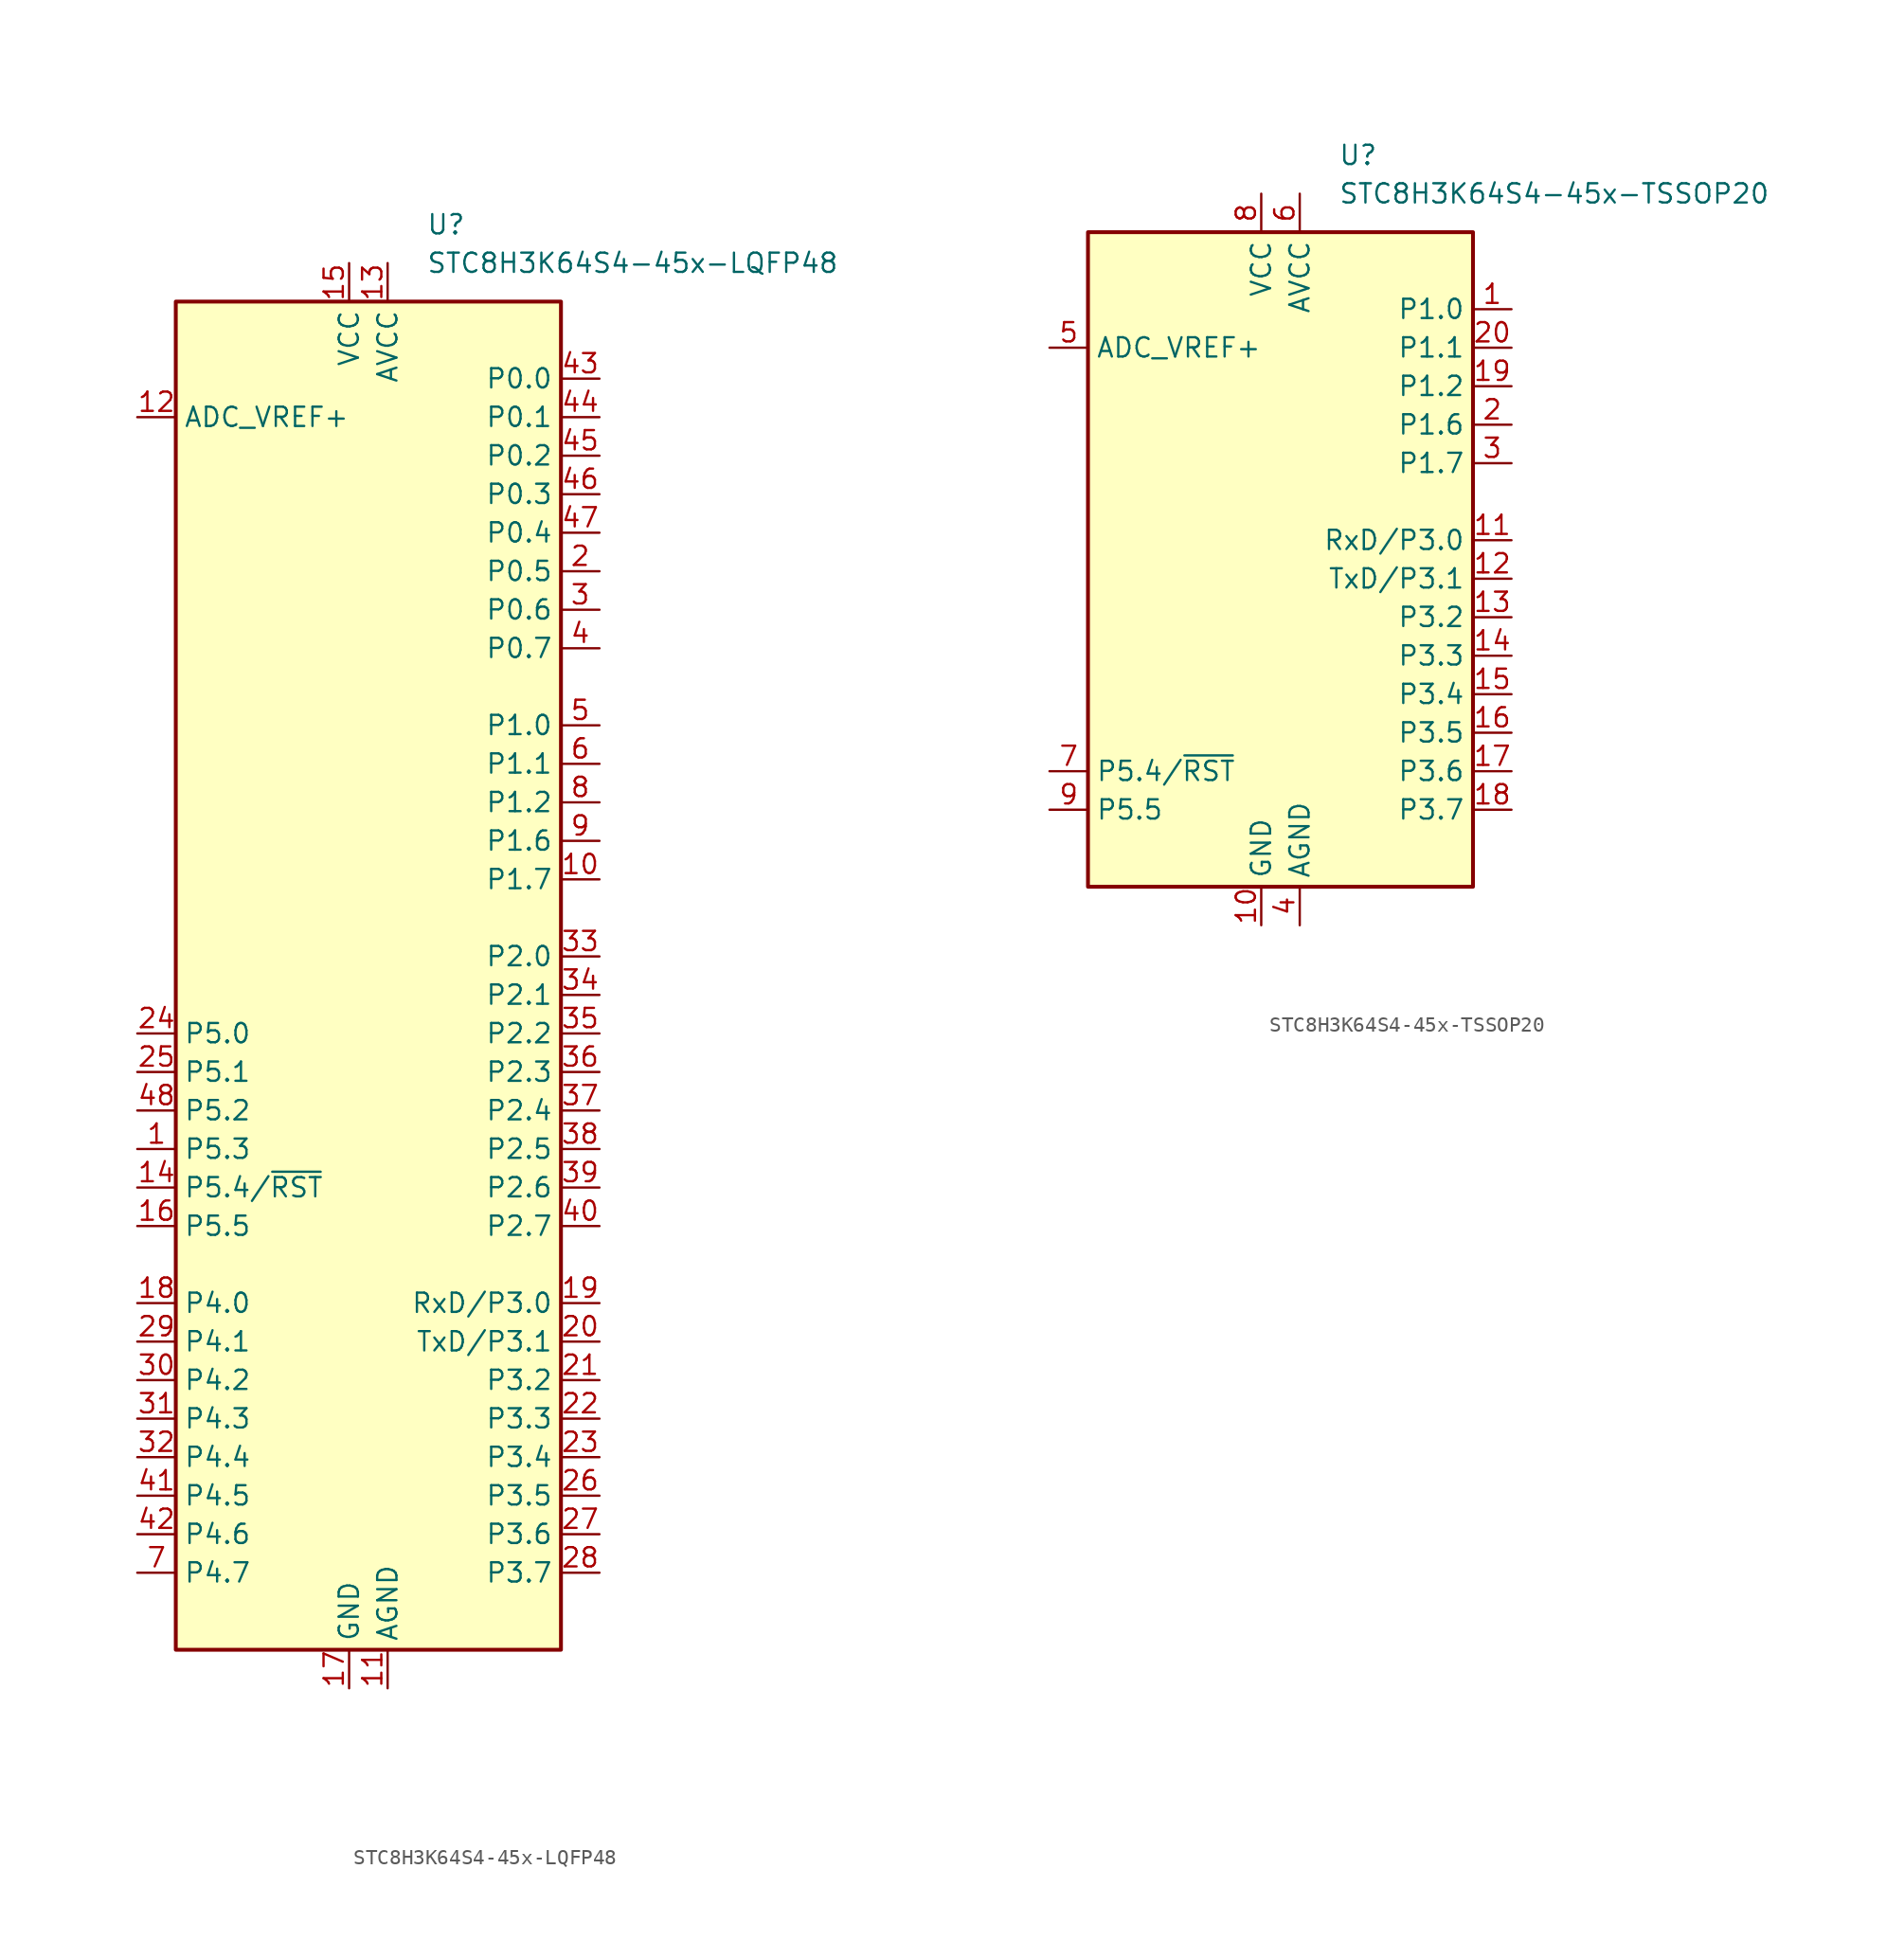
<source format=kicad_sym>
(kicad_symbol_lib
  (version 20211014)
  (generator kicad_symbol_editor)
  (symbol "STC8H3K64S4-45x-LQFP48"
    (property "Reference" "U"
      (at 3.81 49.53 0)
      (effects (font (size 1.27 1.27)) (justify left)))
    (property "Value" "STC8H3K64S4-45x-LQFP48"
      (at 3.81 46.99 0)
      (effects (font (size 1.27 1.27)) (justify left)))
    (symbol "STC8H3K64S4-45x-LQFP48_0_1"
      (rectangle (start -12.7 44.45) (end 12.7 -44.45) (stroke (width 0.254) (type default) (color 0 0 0 0)) (fill (type background))))
    (symbol "STC8H3K64S4-45x-LQFP48_1_1"
      (pin bidirectional line (at -15.24 -11.43 0) (length 2.54) (name "P5.3" (effects (font (size 1.27 1.27)))) (number "1" (effects (font (size 1.27 1.27)))))
      (pin bidirectional line (at 15.24 6.35 180) (length 2.54) (name "P1.7" (effects (font (size 1.27 1.27)))) (number "10" (effects (font (size 1.27 1.27)))))
      (pin power_in line (at 1.27 -46.99 90) (length 2.54) (name "AGND" (effects (font (size 1.27 1.27)))) (number "11" (effects (font (size 1.27 1.27)))))
      (pin power_in line (at -15.24 36.83 0) (length 2.54) (name "ADC_VREF+" (effects (font (size 1.27 1.27)))) (number "12" (effects (font (size 1.27 1.27)))))
      (pin power_in line (at 1.27 46.99 270) (length 2.54) (name "AVCC" (effects (font (size 1.27 1.27)))) (number "13" (effects (font (size 1.27 1.27)))))
      (pin bidirectional line (at -15.24 -13.97 0) (length 2.54) (name "P5.4/~{RST}" (effects (font (size 1.27 1.27)))) (number "14" (effects (font (size 1.27 1.27)))))
      (pin power_in line (at -1.27 46.99 270) (length 2.54) (name "VCC" (effects (font (size 1.27 1.27)))) (number "15" (effects (font (size 1.27 1.27)))))
      (pin bidirectional line (at -15.24 -16.51 0) (length 2.54) (name "P5.5" (effects (font (size 1.27 1.27)))) (number "16" (effects (font (size 1.27 1.27)))))
      (pin power_in line (at -1.27 -46.99 90) (length 2.54) (name "GND" (effects (font (size 1.27 1.27)))) (number "17" (effects (font (size 1.27 1.27)))))
      (pin bidirectional line (at -15.24 -21.59 0) (length 2.54) (name "P4.0" (effects (font (size 1.27 1.27)))) (number "18" (effects (font (size 1.27 1.27)))))
      (pin bidirectional line (at 15.24 -21.59 180) (length 2.54) (name "RxD/P3.0" (effects (font (size 1.27 1.27)))) (number "19" (effects (font (size 1.27 1.27)))))
      (pin bidirectional line (at 15.24 26.67 180) (length 2.54) (name "P0.5" (effects (font (size 1.27 1.27)))) (number "2" (effects (font (size 1.27 1.27)))))
      (pin bidirectional line (at 15.24 -24.13 180) (length 2.54) (name "TxD/P3.1" (effects (font (size 1.27 1.27)))) (number "20" (effects (font (size 1.27 1.27)))))
      (pin bidirectional line (at 15.24 -26.67 180) (length 2.54) (name "P3.2" (effects (font (size 1.27 1.27)))) (number "21" (effects (font (size 1.27 1.27)))))
      (pin bidirectional line (at 15.24 -29.21 180) (length 2.54) (name "P3.3" (effects (font (size 1.27 1.27)))) (number "22" (effects (font (size 1.27 1.27)))))
      (pin bidirectional line (at 15.24 -31.75 180) (length 2.54) (name "P3.4" (effects (font (size 1.27 1.27)))) (number "23" (effects (font (size 1.27 1.27)))))
      (pin bidirectional line (at -15.24 -3.81 0) (length 2.54) (name "P5.0" (effects (font (size 1.27 1.27)))) (number "24" (effects (font (size 1.27 1.27)))))
      (pin bidirectional line (at -15.24 -6.35 0) (length 2.54) (name "P5.1" (effects (font (size 1.27 1.27)))) (number "25" (effects (font (size 1.27 1.27)))))
      (pin bidirectional line (at 15.24 -34.29 180) (length 2.54) (name "P3.5" (effects (font (size 1.27 1.27)))) (number "26" (effects (font (size 1.27 1.27)))))
      (pin bidirectional line (at 15.24 -36.83 180) (length 2.54) (name "P3.6" (effects (font (size 1.27 1.27)))) (number "27" (effects (font (size 1.27 1.27)))))
      (pin bidirectional line (at 15.24 -39.37 180) (length 2.54) (name "P3.7" (effects (font (size 1.27 1.27)))) (number "28" (effects (font (size 1.27 1.27)))))
      (pin bidirectional line (at -15.24 -24.13 0) (length 2.54) (name "P4.1" (effects (font (size 1.27 1.27)))) (number "29" (effects (font (size 1.27 1.27)))))
      (pin bidirectional line (at 15.24 24.13 180) (length 2.54) (name "P0.6" (effects (font (size 1.27 1.27)))) (number "3" (effects (font (size 1.27 1.27)))))
      (pin bidirectional line (at -15.24 -26.67 0) (length 2.54) (name "P4.2" (effects (font (size 1.27 1.27)))) (number "30" (effects (font (size 1.27 1.27)))))
      (pin bidirectional line (at -15.24 -29.21 0) (length 2.54) (name "P4.3" (effects (font (size 1.27 1.27)))) (number "31" (effects (font (size 1.27 1.27)))))
      (pin bidirectional line (at -15.24 -31.75 0) (length 2.54) (name "P4.4" (effects (font (size 1.27 1.27)))) (number "32" (effects (font (size 1.27 1.27)))))
      (pin bidirectional line (at 15.24 1.27 180) (length 2.54) (name "P2.0" (effects (font (size 1.27 1.27)))) (number "33" (effects (font (size 1.27 1.27)))))
      (pin bidirectional line (at 15.24 -1.27 180) (length 2.54) (name "P2.1" (effects (font (size 1.27 1.27)))) (number "34" (effects (font (size 1.27 1.27)))))
      (pin bidirectional line (at 15.24 -3.81 180) (length 2.54) (name "P2.2" (effects (font (size 1.27 1.27)))) (number "35" (effects (font (size 1.27 1.27)))))
      (pin bidirectional line (at 15.24 -6.35 180) (length 2.54) (name "P2.3" (effects (font (size 1.27 1.27)))) (number "36" (effects (font (size 1.27 1.27)))))
      (pin bidirectional line (at 15.24 -8.89 180) (length 2.54) (name "P2.4" (effects (font (size 1.27 1.27)))) (number "37" (effects (font (size 1.27 1.27)))))
      (pin bidirectional line (at 15.24 -11.43 180) (length 2.54) (name "P2.5" (effects (font (size 1.27 1.27)))) (number "38" (effects (font (size 1.27 1.27)))))
      (pin bidirectional line (at 15.24 -13.97 180) (length 2.54) (name "P2.6" (effects (font (size 1.27 1.27)))) (number "39" (effects (font (size 1.27 1.27)))))
      (pin bidirectional line (at 15.24 21.59 180) (length 2.54) (name "P0.7" (effects (font (size 1.27 1.27)))) (number "4" (effects (font (size 1.27 1.27)))))
      (pin bidirectional line (at 15.24 -16.51 180) (length 2.54) (name "P2.7" (effects (font (size 1.27 1.27)))) (number "40" (effects (font (size 1.27 1.27)))))
      (pin bidirectional line (at -15.24 -34.29 0) (length 2.54) (name "P4.5" (effects (font (size 1.27 1.27)))) (number "41" (effects (font (size 1.27 1.27)))))
      (pin bidirectional line (at -15.24 -36.83 0) (length 2.54) (name "P4.6" (effects (font (size 1.27 1.27)))) (number "42" (effects (font (size 1.27 1.27)))))
      (pin bidirectional line (at 15.24 39.37 180) (length 2.54) (name "P0.0" (effects (font (size 1.27 1.27)))) (number "43" (effects (font (size 1.27 1.27)))))
      (pin bidirectional line (at 15.24 36.83 180) (length 2.54) (name "P0.1" (effects (font (size 1.27 1.27)))) (number "44" (effects (font (size 1.27 1.27)))))
      (pin bidirectional line (at 15.24 34.29 180) (length 2.54) (name "P0.2" (effects (font (size 1.27 1.27)))) (number "45" (effects (font (size 1.27 1.27)))))
      (pin bidirectional line (at 15.24 31.75 180) (length 2.54) (name "P0.3" (effects (font (size 1.27 1.27)))) (number "46" (effects (font (size 1.27 1.27)))))
      (pin bidirectional line (at 15.24 29.21 180) (length 2.54) (name "P0.4" (effects (font (size 1.27 1.27)))) (number "47" (effects (font (size 1.27 1.27)))))
      (pin bidirectional line (at -15.24 -8.89 0) (length 2.54) (name "P5.2" (effects (font (size 1.27 1.27)))) (number "48" (effects (font (size 1.27 1.27)))))
      (pin bidirectional line (at 15.24 16.51 180) (length 2.54) (name "P1.0" (effects (font (size 1.27 1.27)))) (number "5" (effects (font (size 1.27 1.27)))))
      (pin bidirectional line (at 15.24 13.97 180) (length 2.54) (name "P1.1" (effects (font (size 1.27 1.27)))) (number "6" (effects (font (size 1.27 1.27)))))
      (pin bidirectional line (at -15.24 -39.37 0) (length 2.54) (name "P4.7" (effects (font (size 1.27 1.27)))) (number "7" (effects (font (size 1.27 1.27)))))
      (pin bidirectional line (at 15.24 11.43 180) (length 2.54) (name "P1.2" (effects (font (size 1.27 1.27)))) (number "8" (effects (font (size 1.27 1.27)))))
      (pin bidirectional line (at 15.24 8.89 180) (length 2.54) (name "P1.6" (effects (font (size 1.27 1.27)))) (number "9" (effects (font (size 1.27 1.27)))))))
  (symbol "STC8H3K64S4-45x-TSSOP20"
    (property "Reference" "U"
      (at 3.81 33.02 0)
      (effects (font (size 1.27 1.27)) (justify left)))
    (property "Value" "STC8H3K64S4-45x-TSSOP20"
      (at 3.81 30.48 0)
      (effects (font (size 1.27 1.27)) (justify left)))
    (symbol "STC8H3K64S4-45x-TSSOP20_0_1"
      (rectangle (start -12.7 27.94) (end 12.7 -15.24) (stroke (width 0.254) (type default) (color 0 0 0 0)) (fill (type background))))
    (symbol "STC8H3K64S4-45x-TSSOP20_1_1"
      (pin bidirectional line (at 15.24 22.86 180) (length 2.54) (name "P1.0" (effects (font (size 1.27 1.27)))) (number "1" (effects (font (size 1.27 1.27)))))
      (pin power_in line (at -1.27 -17.78 90) (length 2.54) (name "GND" (effects (font (size 1.27 1.27)))) (number "10" (effects (font (size 1.27 1.27)))))
      (pin bidirectional line (at 15.24 7.62 180) (length 2.54) (name "RxD/P3.0" (effects (font (size 1.27 1.27)))) (number "11" (effects (font (size 1.27 1.27)))))
      (pin bidirectional line (at 15.24 5.08 180) (length 2.54) (name "TxD/P3.1" (effects (font (size 1.27 1.27)))) (number "12" (effects (font (size 1.27 1.27)))))
      (pin bidirectional line (at 15.24 2.54 180) (length 2.54) (name "P3.2" (effects (font (size 1.27 1.27)))) (number "13" (effects (font (size 1.27 1.27)))))
      (pin bidirectional line (at 15.24 0 180) (length 2.54) (name "P3.3" (effects (font (size 1.27 1.27)))) (number "14" (effects (font (size 1.27 1.27)))))
      (pin bidirectional line (at 15.24 -2.54 180) (length 2.54) (name "P3.4" (effects (font (size 1.27 1.27)))) (number "15" (effects (font (size 1.27 1.27)))))
      (pin bidirectional line (at 15.24 -5.08 180) (length 2.54) (name "P3.5" (effects (font (size 1.27 1.27)))) (number "16" (effects (font (size 1.27 1.27)))))
      (pin bidirectional line (at 15.24 -7.62 180) (length 2.54) (name "P3.6" (effects (font (size 1.27 1.27)))) (number "17" (effects (font (size 1.27 1.27)))))
      (pin bidirectional line (at 15.24 -10.16 180) (length 2.54) (name "P3.7" (effects (font (size 1.27 1.27)))) (number "18" (effects (font (size 1.27 1.27)))))
      (pin bidirectional line (at 15.24 17.78 180) (length 2.54) (name "P1.2" (effects (font (size 1.27 1.27)))) (number "19" (effects (font (size 1.27 1.27)))))
      (pin bidirectional line (at 15.24 15.24 180) (length 2.54) (name "P1.6" (effects (font (size 1.27 1.27)))) (number "2" (effects (font (size 1.27 1.27)))))
      (pin bidirectional line (at 15.24 20.32 180) (length 2.54) (name "P1.1" (effects (font (size 1.27 1.27)))) (number "20" (effects (font (size 1.27 1.27)))))
      (pin bidirectional line (at 15.24 12.7 180) (length 2.54) (name "P1.7" (effects (font (size 1.27 1.27)))) (number "3" (effects (font (size 1.27 1.27)))))
      (pin power_in line (at 1.27 -17.78 90) (length 2.54) (name "AGND" (effects (font (size 1.27 1.27)))) (number "4" (effects (font (size 1.27 1.27)))))
      (pin power_in line (at -15.24 20.32 0) (length 2.54) (name "ADC_VREF+" (effects (font (size 1.27 1.27)))) (number "5" (effects (font (size 1.27 1.27)))))
      (pin power_in line (at 1.27 30.48 270) (length 2.54) (name "AVCC" (effects (font (size 1.27 1.27)))) (number "6" (effects (font (size 1.27 1.27)))))
      (pin bidirectional line (at -15.24 -7.62 0) (length 2.54) (name "P5.4/~{RST}" (effects (font (size 1.27 1.27)))) (number "7" (effects (font (size 1.27 1.27)))))
      (pin power_in line (at -1.27 30.48 270) (length 2.54) (name "VCC" (effects (font (size 1.27 1.27)))) (number "8" (effects (font (size 1.27 1.27)))))
      (pin bidirectional line (at -15.24 -10.16 0) (length 2.54) (name "P5.5" (effects (font (size 1.27 1.27)))) (number "9" (effects (font (size 1.27 1.27))))))))
</source>
